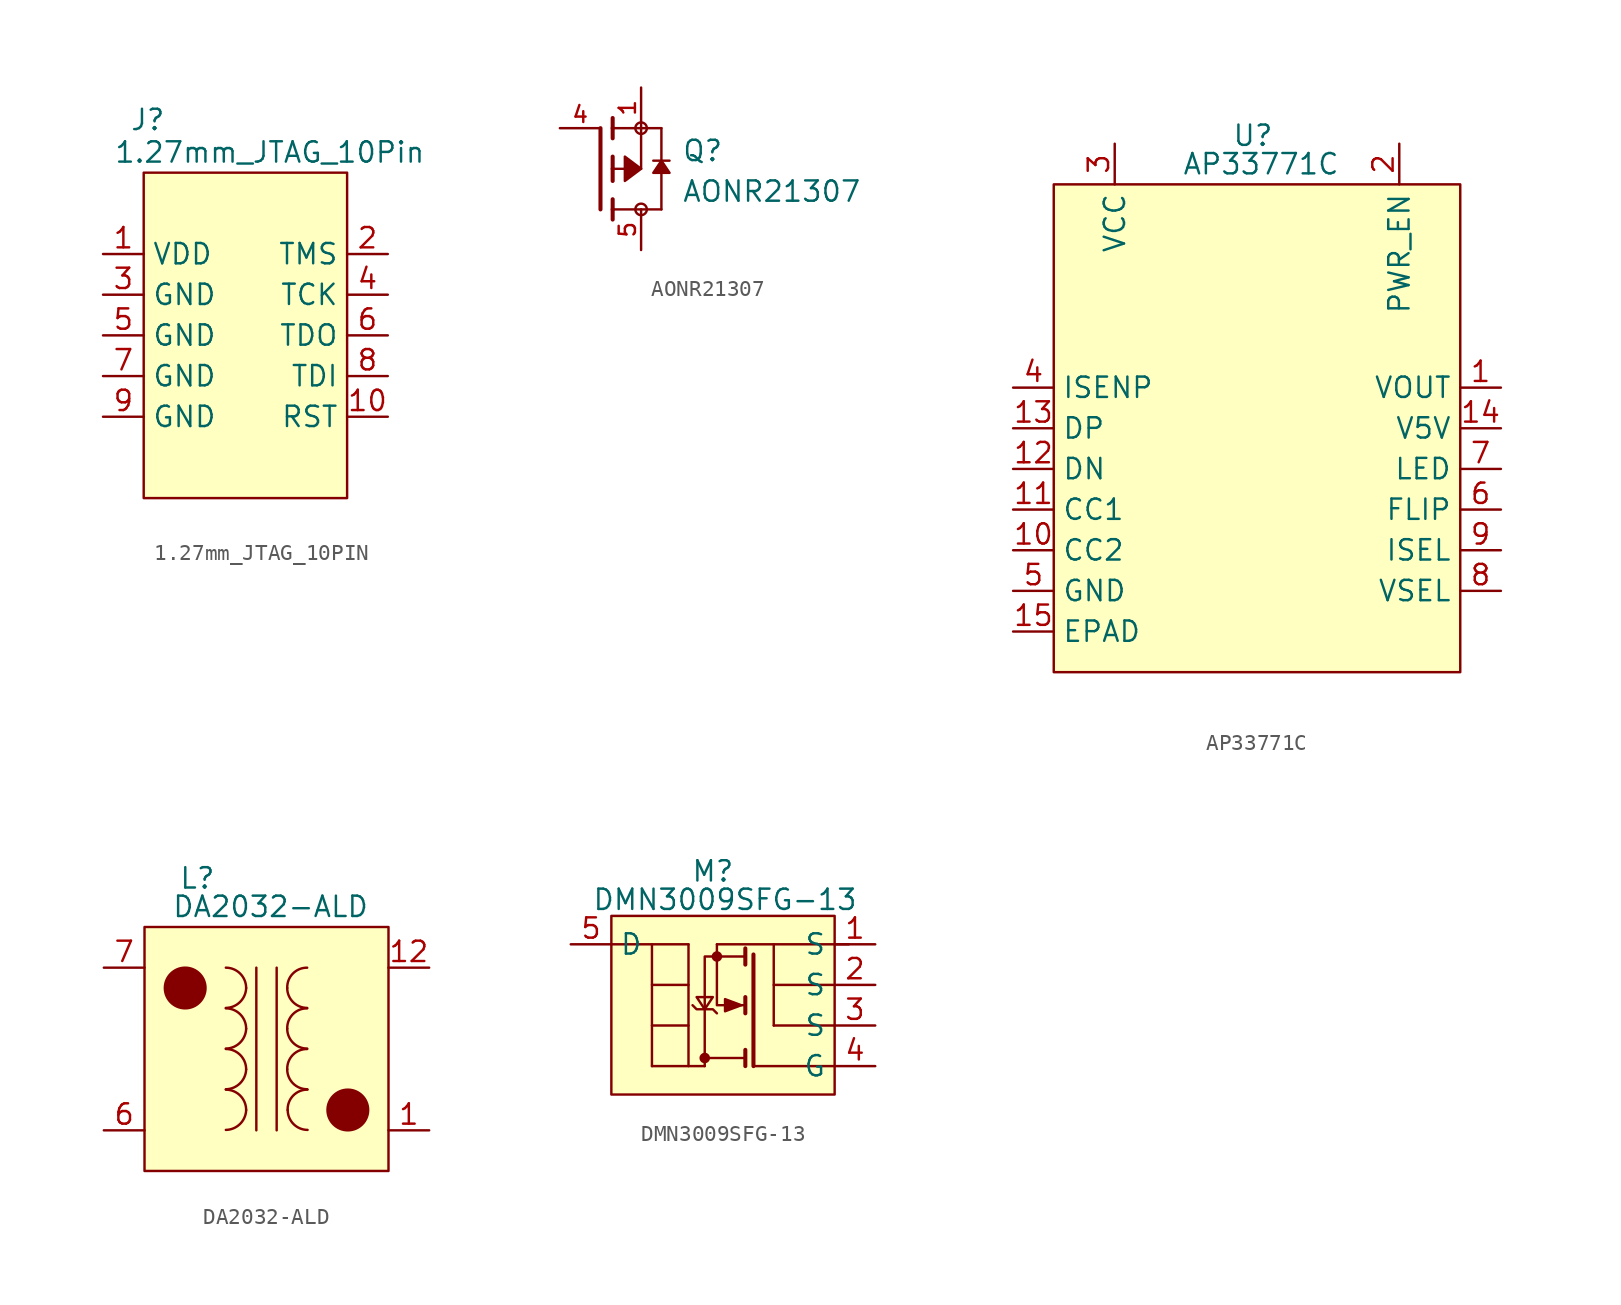
<source format=kicad_sym>
(kicad_symbol_lib
  (version 20231120)
  (generator "kicad_symbol_editor")
  (generator_version "8.0")
  (symbol "1.27mm_JTAG_10PIN"
    (property "Reference" "J"
      (at 0.254 5.842 0)
      (do_not_autoplace)
      (effects (font (size 1.27 1.27))))
    (property "Value" "1.27mm_JTAG_10Pin"
      (at 7.874 3.81 0)
      (do_not_autoplace)
      (effects (font (size 1.27 1.27))))
    (symbol "1.27mm_JTAG_10PIN_1_1"
      (rectangle (start 0 2.54) (end 12.7 -17.78) (stroke (width 0) (type default)) (fill (type background)))
      (pin power_in line (at -2.54 -2.54 0) (length 2.54) (name "VDD" (effects (font (size 1.27 1.27)))) (number "1" (effects (font (size 1.27 1.27)))))
      (pin input line (at 15.24 -12.7 180) (length 2.54) (name "RST" (effects (font (size 1.27 1.27)))) (number "10" (effects (font (size 1.27 1.27)))))
      (pin input line (at 15.24 -2.54 180) (length 2.54) (name "TMS" (effects (font (size 1.27 1.27)))) (number "2" (effects (font (size 1.27 1.27)))))
      (pin power_in line (at -2.54 -5.08 0) (length 2.54) (name "GND" (effects (font (size 1.27 1.27)))) (number "3" (effects (font (size 1.27 1.27)))))
      (pin input line (at 15.24 -5.08 180) (length 2.54) (name "TCK" (effects (font (size 1.27 1.27)))) (number "4" (effects (font (size 1.27 1.27)))))
      (pin power_in line (at -2.54 -7.62 0) (length 2.54) (name "GND" (effects (font (size 1.27 1.27)))) (number "5" (effects (font (size 1.27 1.27)))))
      (pin input line (at 15.24 -7.62 180) (length 2.54) (name "TDO" (effects (font (size 1.27 1.27)))) (number "6" (effects (font (size 1.27 1.27)))))
      (pin power_in line (at -2.54 -10.16 0) (length 2.54) (name "GND" (effects (font (size 1.27 1.27)))) (number "7" (effects (font (size 1.27 1.27)))))
      (pin input line (at 15.24 -10.16 180) (length 2.54) (name "TDI" (effects (font (size 1.27 1.27)))) (number "8" (effects (font (size 1.27 1.27)))))
      (pin power_in line (at -2.54 -12.7 0) (length 2.54) (name "GND" (effects (font (size 1.27 1.27)))) (number "9" (effects (font (size 1.27 1.27)))))))
  (symbol "AONR21307"
    (pin_names
      (offset 1.016))
    (property "Reference" "Q"
      (at 5.08 0.381 0)
      (effects (font (size 1.27 1.27)) (justify left bottom)))
    (property "Value" "AONR21307"
      (at 5.08 -2.159 0)
      (effects (font (size 1.27 1.27)) (justify left bottom)))
    (symbol "AONR21307_0_0"
      (polyline (pts (xy 0 -2.54) (xy 0 2.54)) (stroke (width 0.254) (type default)) (fill (type none)))
      (polyline (pts (xy 0.762 -3.175) (xy 0.762 -2.54)) (stroke (width 0.254) (type default)) (fill (type none)))
      (polyline (pts (xy 0.762 -2.54) (xy 0.762 -1.905)) (stroke (width 0.254) (type default)) (fill (type none)))
      (polyline (pts (xy 0.762 -2.54) (xy 3.81 -2.54)) (stroke (width 0.152) (type default)) (fill (type none)))
      (polyline (pts (xy 0.762 -0.762) (xy 0.762 0)) (stroke (width 0.254) (type default)) (fill (type none)))
      (polyline (pts (xy 0.762 0) (xy 0.762 0.762)) (stroke (width 0.254) (type default)) (fill (type none)))
      (polyline (pts (xy 0.762 0) (xy 2.54 0)) (stroke (width 0.152) (type default)) (fill (type none)))
      (polyline (pts (xy 0.762 1.905) (xy 0.762 2.54)) (stroke (width 0.254) (type default)) (fill (type none)))
      (polyline (pts (xy 0.762 2.54) (xy 0.762 3.175)) (stroke (width 0.254) (type default)) (fill (type none)))
      (polyline (pts (xy 2.54 0) (xy 2.54 2.54)) (stroke (width 0.152) (type default)) (fill (type none)))
      (polyline (pts (xy 2.54 2.54) (xy 0.762 2.54)) (stroke (width 0.152) (type default)) (fill (type none)))
      (polyline (pts (xy 2.54 2.54) (xy 3.81 2.54)) (stroke (width 0.152) (type default)) (fill (type none)))
      (polyline (pts (xy 3.302 0.508) (xy 4.318 0.508)) (stroke (width 0.152) (type default)) (fill (type none)))
      (polyline (pts (xy 3.81 -2.54) (xy 3.81 2.54)) (stroke (width 0.152) (type default)) (fill (type none)))
      (polyline (pts (xy 2.54 0) (xy 1.524 0.762) (xy 1.524 -0.762) (xy 2.54 0)) (stroke (width 0.152) (type default)) (fill (type outline)))
      (polyline (pts (xy 3.81 0.508) (xy 4.318 -0.254) (xy 3.302 -0.254) (xy 3.81 0.508)) (stroke (width 0.152) (type default)) (fill (type outline)))
      (circle (center 2.54 -2.54) (radius 0.359) (stroke (width 0) (type default)) (fill (type none)))
      (circle (center 2.54 2.54) (radius 0.359) (stroke (width 0) (type default)) (fill (type none)))
      (pin passive line (at 2.54 5.08 270) (length 2.54) (name "~" (effects (font (size 1.016 1.016)))) (number "1" (effects (font (size 1.016 1.016)))))
      (pin passive line (at -2.54 2.54 0) (length 2.54) (name "~" (effects (font (size 1.016 1.016)))) (number "4" (effects (font (size 1.016 1.016))))))
    (symbol "AONR21307_1_0"
      (pin passive line (at 2.54 5.08 270) (length 2.54) hide (name "~" (effects (font (size 1.016 1.016)))) (number "2" (effects (font (size 1.016 1.016)))))
      (pin passive line (at 2.54 5.08 270) (length 2.54) hide (name "~" (effects (font (size 1.016 1.016)))) (number "3" (effects (font (size 1.016 1.016)))))
      (pin passive line (at 2.54 -5.08 90) (length 2.54) (name "~" (effects (font (size 1.016 1.016)))) (number "5" (effects (font (size 1.016 1.016)))))
      (pin passive line (at 2.54 -5.08 90) (length 2.54) hide (name "~" (effects (font (size 1.016 1.016)))) (number "6" (effects (font (size 1.016 1.016)))))
      (pin passive line (at 2.54 -5.08 90) (length 2.54) hide (name "~" (effects (font (size 1.016 1.016)))) (number "7" (effects (font (size 1.016 1.016)))))
      (pin passive line (at 2.54 -5.08 90) (length 2.54) hide (name "~" (effects (font (size 1.016 1.016)))) (number "8" (effects (font (size 1.016 1.016)))))))
  (symbol "AP33771C"
    (property "Reference" "U"
      (at -0.254 -9.652 0)
      (effects (font (size 1.27 1.27))))
    (property "Value" "AP33771C"
      (at 0.254 -11.43 0)
      (effects (font (size 1.27 1.27))))
    (symbol "AP33771C_1_1"
      (rectangle (start -12.7 -12.7) (end 12.7 -43.18) (stroke (width 0) (type default)) (fill (type background)))
      (pin power_out line (at 15.24 -25.4 180) (length 2.54) (name "VOUT" (effects (font (size 1.27 1.27)))) (number "1" (effects (font (size 1.27 1.27)))))
      (pin input line (at -15.24 -35.56 0) (length 2.54) (name "CC2" (effects (font (size 1.27 1.27)))) (number "10" (effects (font (size 1.27 1.27)))))
      (pin output line (at -15.24 -33.02 0) (length 2.54) (name "CC1" (effects (font (size 1.27 1.27)))) (number "11" (effects (font (size 1.27 1.27)))))
      (pin bidirectional line (at -15.24 -30.48 0) (length 2.54) (name "DN" (effects (font (size 1.27 1.27)))) (number "12" (effects (font (size 1.27 1.27)))))
      (pin bidirectional line (at -15.24 -27.94 0) (length 2.54) (name "DP" (effects (font (size 1.27 1.27)))) (number "13" (effects (font (size 1.27 1.27)))))
      (pin power_out line (at 15.24 -27.94 180) (length 2.54) (name "V5V" (effects (font (size 1.27 1.27)))) (number "14" (effects (font (size 1.27 1.27)))))
      (pin passive line (at -15.24 -40.64 0) (length 2.54) (name "EPAD" (effects (font (size 1.27 1.27)))) (number "15" (effects (font (size 1.27 1.27)))))
      (pin power_out line (at 8.89 -10.16 270) (length 2.54) (name "PWR_EN" (effects (font (size 1.27 1.27)))) (number "2" (effects (font (size 1.27 1.27)))))
      (pin power_in line (at -8.89 -10.16 270) (length 2.54) (name "VCC" (effects (font (size 1.27 1.27)))) (number "3" (effects (font (size 1.27 1.27)))))
      (pin bidirectional line (at -15.24 -25.4 0) (length 2.54) (name "ISENP" (effects (font (size 1.27 1.27)))) (number "4" (effects (font (size 1.27 1.27)))))
      (pin power_in line (at -15.24 -38.1 0) (length 2.54) (name "GND" (effects (font (size 1.27 1.27)))) (number "5" (effects (font (size 1.27 1.27)))))
      (pin output line (at 15.24 -33.02 180) (length 2.54) (name "FLIP" (effects (font (size 1.27 1.27)))) (number "6" (effects (font (size 1.27 1.27)))))
      (pin output line (at 15.24 -30.48 180) (length 2.54) (name "LED" (effects (font (size 1.27 1.27)))) (number "7" (effects (font (size 1.27 1.27)))))
      (pin input line (at 15.24 -38.1 180) (length 2.54) (name "VSEL" (effects (font (size 1.27 1.27)))) (number "8" (effects (font (size 1.27 1.27)))))
      (pin input line (at 15.24 -35.56 180) (length 2.54) (name "ISEL" (effects (font (size 1.27 1.27)))) (number "9" (effects (font (size 1.27 1.27)))))))
  (symbol "DA2032-ALD"
    (property "Reference" "L"
      (at 0.762 -0.762 0)
      (effects (font (size 1.27 1.27))))
    (property "Value" "DA2032-ALD"
      (at 5.334 -2.54 0)
      (effects (font (size 1.27 1.27))))
    (symbol "DA2032-ALD_0_1"
      (polyline (pts (xy 4.445 -6.35) (xy 4.445 -16.51)) (stroke (width 0) (type default)) (fill (type none)))
      (polyline (pts (xy 5.715 -16.51) (xy 5.715 -6.35)) (stroke (width 0) (type default)) (fill (type none)))
      (arc (start 2.54 -16.4846) (mid 3.4239 -16.1163) (end 3.81 -15.24) (stroke (width 0) (type default)) (fill (type none)))
      (arc (start 2.54 -13.9446) (mid 3.4239 -13.5763) (end 3.81 -12.7) (stroke (width 0) (type default)) (fill (type none)))
      (arc (start 2.54 -11.4046) (mid 3.4239 -11.0363) (end 3.81 -10.16) (stroke (width 0) (type default)) (fill (type none)))
      (arc (start 2.54 -8.8646) (mid 3.4239 -8.4963) (end 3.81 -7.62) (stroke (width 0) (type default)) (fill (type none)))
      (arc (start 3.81 -15.24) (mid 3.438 -14.342) (end 2.54 -13.97) (stroke (width 0) (type default)) (fill (type none)))
      (arc (start 3.81 -12.7) (mid 3.438 -11.802) (end 2.54 -11.43) (stroke (width 0) (type default)) (fill (type none)))
      (arc (start 3.81 -10.16) (mid 3.438 -9.262) (end 2.54 -8.89) (stroke (width 0) (type default)) (fill (type none)))
      (arc (start 3.81 -7.62) (mid 3.438 -6.722) (end 2.54 -6.35) (stroke (width 0) (type default)) (fill (type none)))
      (arc (start 6.3754 -12.7) (mid 6.7399 -13.5801) (end 7.62 -13.9446) (stroke (width 0) (type default)) (fill (type none)))
      (arc (start 6.3754 -10.16) (mid 6.7399 -11.0401) (end 7.62 -11.4046) (stroke (width 0) (type default)) (fill (type none)))
      (arc (start 6.3754 -7.62) (mid 6.7399 -8.5001) (end 7.62 -8.8646) (stroke (width 0) (type default)) (fill (type none)))
      (arc (start 6.4008 -15.24) (mid 6.7654 -16.1199) (end 7.6454 -16.4846) (stroke (width 0) (type default)) (fill (type none)))
      (arc (start 7.62 -11.43) (mid 6.7258 -11.7985) (end 6.3754 -12.7) (stroke (width 0) (type default)) (fill (type none)))
      (arc (start 7.62 -8.89) (mid 6.7258 -9.2585) (end 6.3754 -10.16) (stroke (width 0) (type default)) (fill (type none)))
      (arc (start 7.62 -6.35) (mid 6.7258 -6.7185) (end 6.3754 -7.62) (stroke (width 0) (type default)) (fill (type none)))
      (arc (start 7.6454 -13.97) (mid 6.7509 -14.3383) (end 6.4008 -15.24) (stroke (width 0) (type default)) (fill (type none))))
    (symbol "DA2032-ALD_1_1"
      (rectangle (start -2.54 -3.81) (end 12.7 -19.05) (stroke (width 0) (type default)) (fill (type background)))
      (circle (center 0 -7.62) (radius 1.27) (stroke (width 0) (type default)) (fill (type outline)))
      (circle (center 10.16 -15.24) (radius 1.27) (stroke (width 0) (type default)) (fill (type outline)))
      (pin input line (at 15.24 -16.51 180) (length 2.54) (name "" (effects (font (size 1.27 1.27)))) (number "1" (effects (font (size 1.27 1.27)))))
      (pin input line (at -5.08 -6.35 0) (length 2.54) hide (name "" (effects (font (size 1.27 1.27)))) (number "10" (effects (font (size 1.27 1.27)))))
      (pin no_connect line (at 15.24 -8.89 180) (length 2.54) hide (name "" (effects (font (size 1.27 1.27)))) (number "11" (effects (font (size 1.27 1.27)))))
      (pin input line (at 15.24 -6.35 180) (length 2.54) (name "" (effects (font (size 1.27 1.27)))) (number "12" (effects (font (size 1.27 1.27)))))
      (pin no_connect line (at -5.08 -8.89 0) (length 2.54) hide (name "" (effects (font (size 1.27 1.27)))) (number "2" (effects (font (size 1.27 1.27)))))
      (pin passive line (at -5.08 -16.51 0) (length 2.54) hide (name "" (effects (font (size 1.27 1.27)))) (number "3" (effects (font (size 1.27 1.27)))))
      (pin passive line (at -5.08 -16.51 0) (length 2.54) hide (name "" (effects (font (size 1.27 1.27)))) (number "4" (effects (font (size 1.27 1.27)))))
      (pin passive line (at -5.08 -16.51 0) (length 2.54) hide (name "" (effects (font (size 1.27 1.27)))) (number "5" (effects (font (size 1.27 1.27)))))
      (pin input line (at -5.08 -16.51 0) (length 2.54) (name "" (effects (font (size 1.27 1.27)))) (number "6" (effects (font (size 1.27 1.27)))))
      (pin input line (at -5.08 -6.35 0) (length 2.54) (name "" (effects (font (size 1.27 1.27)))) (number "7" (effects (font (size 1.27 1.27)))))
      (pin input line (at -5.08 -6.35 0) (length 2.54) hide (name "" (effects (font (size 1.27 1.27)))) (number "8" (effects (font (size 1.27 1.27)))))
      (pin input line (at -5.08 -6.35 0) (length 2.54) hide (name "" (effects (font (size 1.27 1.27)))) (number "9" (effects (font (size 1.27 1.27)))))))
  (symbol "DMN3009SFG-13"
    (property "Reference" "M"
      (at 2.54 0.762 0)
      (effects (font (size 1.27 1.27))))
    (property "Value" "DMN3009SFG-13"
      (at 3.302 -1.016 0)
      (effects (font (size 1.27 1.27))))
    (symbol "DMN3009SFG-13_0_1"
      (polyline (pts (xy -3.81 -3.81) (xy 1.016 -3.81)) (stroke (width 0) (type default)) (fill (type none)))
      (polyline (pts (xy -1.27 -11.43) (xy -1.27 -3.81)) (stroke (width 0) (type default)) (fill (type none)))
      (polyline (pts (xy -1.27 -11.43) (xy 2.032 -11.43)) (stroke (width 0) (type default)) (fill (type none)))
      (polyline (pts (xy -1.27 -8.89) (xy 1.016 -8.89)) (stroke (width 0) (type default)) (fill (type none)))
      (polyline (pts (xy -1.27 -6.35) (xy 1.016 -6.35)) (stroke (width 0) (type default)) (fill (type none)))
      (polyline (pts (xy 1.016 -11.43) (xy 1.016 -3.81)) (stroke (width 0) (type default)) (fill (type none)))
      (polyline (pts (xy 2.032 -11.43) (xy 2.032 -10.922)) (stroke (width 0) (type default)) (fill (type none)))
      (polyline (pts (xy 2.794 -3.81) (xy 11.049 -3.81)) (stroke (width 0) (type default)) (fill (type none)))
      (polyline (pts (xy 4.572 -11.43) (xy 4.572 -10.414)) (stroke (width 0.254) (type default)) (fill (type none)))
      (polyline (pts (xy 4.572 -8.128) (xy 4.572 -7.112)) (stroke (width 0.254) (type default)) (fill (type none)))
      (polyline (pts (xy 4.572 -5.08) (xy 4.572 -4.064)) (stroke (width 0.254) (type default)) (fill (type none)))
      (polyline (pts (xy 5.08 -11.43) (xy 5.08 -4.445)) (stroke (width 0.254) (type default)) (fill (type none)))
      (polyline (pts (xy 5.08 -11.43) (xy 10.16 -11.43)) (stroke (width 0) (type default)) (fill (type none)))
      (polyline (pts (xy 6.35 -8.89) (xy 10.16 -8.89)) (stroke (width 0) (type default)) (fill (type none)))
      (polyline (pts (xy 6.35 -6.35) (xy 10.16 -6.35)) (stroke (width 0) (type default)) (fill (type none)))
      (polyline (pts (xy 6.35 -3.81) (xy 6.35 -8.89)) (stroke (width 0) (type default)) (fill (type none)))
      (polyline (pts (xy 2.794 -3.81) (xy 2.794 -7.62) (xy 4.572 -7.62)) (stroke (width 0) (type default)) (fill (type none)))
      (polyline (pts (xy 2.032 -7.874) (xy 2.54 -7.112) (xy 1.524 -7.112) (xy 2.032 -7.874)) (stroke (width 0) (type default)) (fill (type none)))
      (polyline (pts (xy 2.794 -8.128) (xy 2.54 -7.874) (xy 1.524 -7.874) (xy 1.27 -7.62)) (stroke (width 0) (type default)) (fill (type none)))
      (polyline (pts (xy 4.318 -7.62) (xy 3.302 -8.001) (xy 3.302 -7.239) (xy 4.318 -7.62)) (stroke (width 0) (type default)) (fill (type outline)))
      (polyline (pts (xy 4.572 -4.572) (xy 2.032 -4.572) (xy 2.032 -10.922) (xy 4.572 -10.922)) (stroke (width 0) (type default)) (fill (type none)))
      (circle (center 2.032 -10.922) (radius 0.254) (stroke (width 0) (type default)) (fill (type outline)))
      (circle (center 2.794 -4.572) (radius 0.254) (stroke (width 0) (type default)) (fill (type outline))))
    (symbol "DMN3009SFG-13_1_1"
      (rectangle (start -3.81 -2.032) (end 10.16 -13.208) (stroke (width 0) (type default)) (fill (type background)))
      (pin passive line (at 12.7 -3.81 180) (length 2.54) (name "S" (effects (font (size 1.27 1.27)))) (number "1" (effects (font (size 1.27 1.27)))))
      (pin passive line (at 12.7 -6.35 180) (length 2.54) (name "S" (effects (font (size 1.27 1.27)))) (number "2" (effects (font (size 1.27 1.27)))))
      (pin passive line (at 12.7 -8.89 180) (length 2.54) (name "S" (effects (font (size 1.27 1.27)))) (number "3" (effects (font (size 1.27 1.27)))))
      (pin input line (at 12.7 -11.43 180) (length 2.54) (name "G" (effects (font (size 1.27 1.27)))) (number "4" (effects (font (size 1.27 1.27)))))
      (pin passive line (at -6.35 -3.81 0) (length 2.54) (name "D" (effects (font (size 1.27 1.27)))) (number "5" (effects (font (size 1.27 1.27))))))))
</source>
